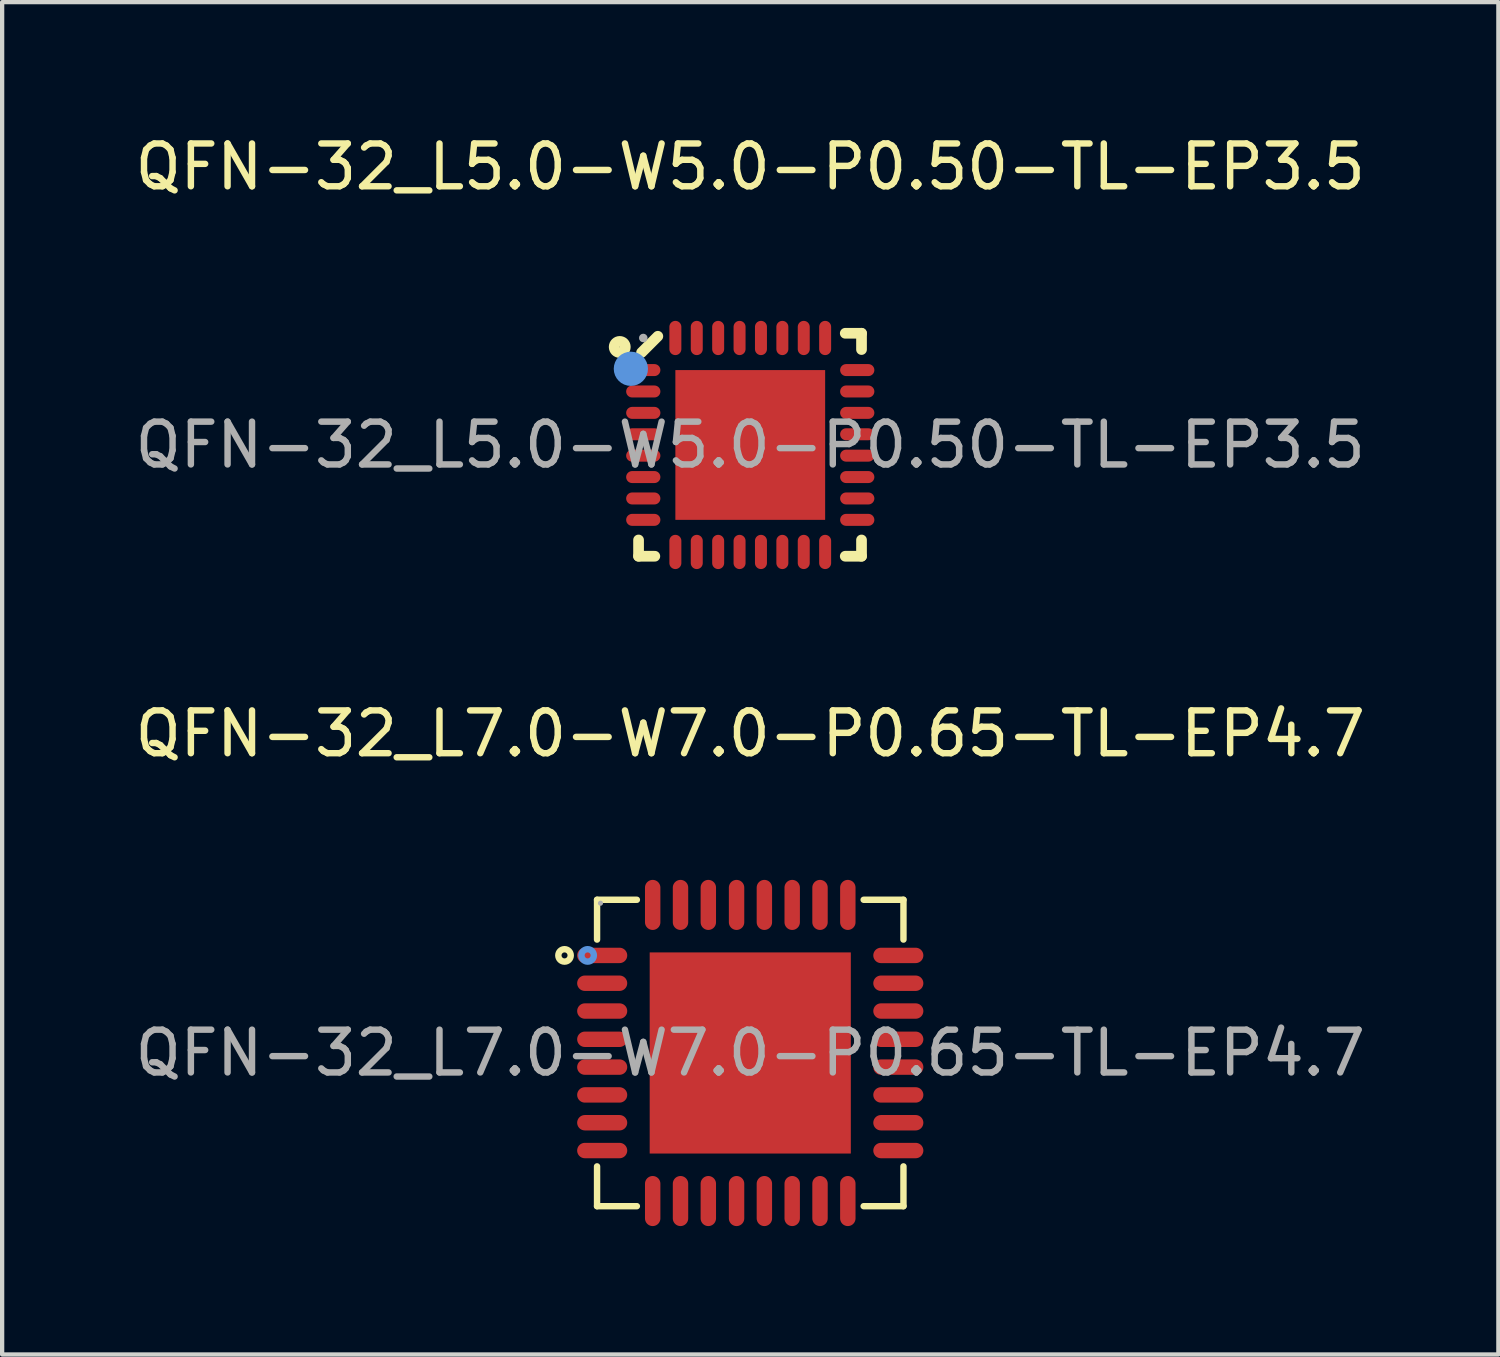
<source format=kicad_pcb>
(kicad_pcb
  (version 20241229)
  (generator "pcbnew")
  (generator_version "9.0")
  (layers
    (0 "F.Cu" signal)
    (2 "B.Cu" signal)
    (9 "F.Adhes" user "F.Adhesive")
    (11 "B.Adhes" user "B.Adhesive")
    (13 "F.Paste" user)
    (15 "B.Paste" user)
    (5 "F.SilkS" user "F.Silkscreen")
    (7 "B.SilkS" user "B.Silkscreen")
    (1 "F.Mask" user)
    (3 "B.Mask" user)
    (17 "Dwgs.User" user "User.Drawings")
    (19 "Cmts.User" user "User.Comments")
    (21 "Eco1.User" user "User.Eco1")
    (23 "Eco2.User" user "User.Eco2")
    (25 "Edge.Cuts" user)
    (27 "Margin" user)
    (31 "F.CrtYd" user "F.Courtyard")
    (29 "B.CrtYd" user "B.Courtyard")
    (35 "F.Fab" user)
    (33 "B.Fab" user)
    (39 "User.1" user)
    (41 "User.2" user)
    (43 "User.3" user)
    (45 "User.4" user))
  (footprint "QFN-32_L5.0-W5.0-P0.50-TL-EP3.5"
    (layer "F.Cu")
    (at 14.482 7.348)
    (property "Reference" "QFN-32_L5.0-W5.0-P0.50-TL-EP3.5" (at 0 -6.5 0) (layer "F.SilkS") (effects (font (size 1 1) (thickness 0.15))))
    (attr through_hole)
    (fp_line (start -2.61 2.22) (end -2.61 2.6) (stroke (width 0.25) (type solid)) (layer "F.SilkS"))
    (fp_line (start -2.61 2.6) (end -2.23 2.6) (stroke (width 0.25) (type solid)) (layer "F.SilkS"))
    (fp_line (start -2.16 -2.54) (end -2.54 -2.16) (stroke (width 0.25) (type solid)) (layer "F.SilkS"))
    (fp_line (start 2.22 2.6) (end 2.6 2.6) (stroke (width 0.25) (type solid)) (layer "F.SilkS"))
    (fp_line (start 2.6 -2.61) (end 2.22 -2.61) (stroke (width 0.25) (type solid)) (layer "F.SilkS"))
    (fp_line (start 2.6 -2.23) (end 2.6 -2.61) (stroke (width 0.25) (type solid)) (layer "F.SilkS"))
    (fp_line (start 2.6 2.6) (end 2.6 2.22) (stroke (width 0.25) (type solid)) (layer "F.SilkS"))
    (fp_circle (center -3.05 -2.29) (end -2.92 -2.29) (stroke (width 0.25) (type solid)) (fill no) (layer "F.SilkS"))
    (fp_circle (center -2.79 -1.78) (end -2.59 -1.78) (stroke (width 0.4) (type solid)) (fill no) (layer "Cmts.User"))
    (fp_circle (center -2.5 -2.5) (end -2.45 -2.5) (stroke (width 0.1) (type solid)) (fill no) (layer "F.Fab"))
    (fp_text user "${REFERENCE}" (at 0 0 0) (layer "F.Fab") (effects (font (size 1 1) (thickness 0.15))))
    (pad "1" smd oval (at -2.5 -1.75) (size 0.8 0.28) (layers "F.Cu" "F.Mask" "F.Paste"))
    (pad "2" smd oval (at -2.5 -1.25) (size 0.8 0.28) (layers "F.Cu" "F.Mask" "F.Paste"))
    (pad "3" smd oval (at -2.5 -0.75) (size 0.8 0.28) (layers "F.Cu" "F.Mask" "F.Paste"))
    (pad "4" smd oval (at -2.5 -0.25) (size 0.8 0.28) (layers "F.Cu" "F.Mask" "F.Paste"))
    (pad "5" smd oval (at -2.5 0.25) (size 0.8 0.28) (layers "F.Cu" "F.Mask" "F.Paste"))
    (pad "6" smd oval (at -2.5 0.75) (size 0.8 0.28) (layers "F.Cu" "F.Mask" "F.Paste"))
    (pad "7" smd oval (at -2.5 1.25) (size 0.8 0.28) (layers "F.Cu" "F.Mask" "F.Paste"))
    (pad "8" smd oval (at -2.5 1.75) (size 0.8 0.28) (layers "F.Cu" "F.Mask" "F.Paste"))
    (pad "9" smd oval (at -1.75 2.5) (size 0.28 0.8) (layers "F.Cu" "F.Mask" "F.Paste"))
    (pad "10" smd oval (at -1.25 2.5) (size 0.28 0.8) (layers "F.Cu" "F.Mask" "F.Paste"))
    (pad "11" smd oval (at -0.75 2.5) (size 0.28 0.8) (layers "F.Cu" "F.Mask" "F.Paste"))
    (pad "12" smd oval (at -0.25 2.5) (size 0.28 0.8) (layers "F.Cu" "F.Mask" "F.Paste"))
    (pad "13" smd oval (at 0.25 2.5) (size 0.28 0.8) (layers "F.Cu" "F.Mask" "F.Paste"))
    (pad "14" smd oval (at 0.75 2.5) (size 0.28 0.8) (layers "F.Cu" "F.Mask" "F.Paste"))
    (pad "15" smd oval (at 1.25 2.5) (size 0.28 0.8) (layers "F.Cu" "F.Mask" "F.Paste"))
    (pad "16" smd oval (at 1.75 2.5) (size 0.28 0.8) (layers "F.Cu" "F.Mask" "F.Paste"))
    (pad "17" smd oval (at 2.5 1.75) (size 0.8 0.28) (layers "F.Cu" "F.Mask" "F.Paste"))
    (pad "18" smd oval (at 2.5 1.25) (size 0.8 0.28) (layers "F.Cu" "F.Mask" "F.Paste"))
    (pad "19" smd oval (at 2.5 0.75) (size 0.8 0.28) (layers "F.Cu" "F.Mask" "F.Paste"))
    (pad "20" smd oval (at 2.5 0.25) (size 0.8 0.28) (layers "F.Cu" "F.Mask" "F.Paste"))
    (pad "21" smd oval (at 2.5 -0.25) (size 0.8 0.28) (layers "F.Cu" "F.Mask" "F.Paste"))
    (pad "22" smd oval (at 2.5 -0.75) (size 0.8 0.28) (layers "F.Cu" "F.Mask" "F.Paste"))
    (pad "23" smd oval (at 2.5 -1.25) (size 0.8 0.28) (layers "F.Cu" "F.Mask" "F.Paste"))
    (pad "24" smd oval (at 2.5 -1.75) (size 0.8 0.28) (layers "F.Cu" "F.Mask" "F.Paste"))
    (pad "25" smd oval (at 1.75 -2.5) (size 0.28 0.8) (layers "F.Cu" "F.Mask" "F.Paste"))
    (pad "26" smd oval (at 1.25 -2.5) (size 0.28 0.8) (layers "F.Cu" "F.Mask" "F.Paste"))
    (pad "27" smd oval (at 0.75 -2.5) (size 0.28 0.8) (layers "F.Cu" "F.Mask" "F.Paste"))
    (pad "28" smd oval (at 0.25 -2.5) (size 0.28 0.8) (layers "F.Cu" "F.Mask" "F.Paste"))
    (pad "29" smd oval (at -0.25 -2.5) (size 0.28 0.8) (layers "F.Cu" "F.Mask" "F.Paste"))
    (pad "30" smd oval (at -0.75 -2.5) (size 0.28 0.8) (layers "F.Cu" "F.Mask" "F.Paste"))
    (pad "31" smd oval (at -1.25 -2.5) (size 0.28 0.8) (layers "F.Cu" "F.Mask" "F.Paste"))
    (pad "32" smd oval (at -1.75 -2.5) (size 0.28 0.8) (layers "F.Cu" "F.Mask" "F.Paste"))
    (pad "33" smd rect (at 0 0) (size 3.5 3.5) (layers "F.Cu" "F.Mask" "F.Paste")))
  (footprint "QFN-32_L7.0-W7.0-P0.65-TL-EP4.7"
    (layer "F.Cu")
    (at 14.482 21.556)
    (property "Reference" "QFN-32_L7.0-W7.0-P0.65-TL-EP4.7" (at 0 -7.46 0) (layer "F.SilkS") (effects (font (size 1 1) (thickness 0.15))))
    (attr through_hole)
    (fp_line (start -3.58 -3.58) (end -3.58 -2.65) (stroke (width 0.15) (type solid)) (layer "F.SilkS"))
    (fp_line (start -3.58 3.58) (end -3.58 2.65) (stroke (width 0.15) (type solid)) (layer "F.SilkS"))
    (fp_line (start -2.65 -3.58) (end -3.58 -3.58) (stroke (width 0.15) (type solid)) (layer "F.SilkS"))
    (fp_line (start -2.65 3.58) (end -3.58 3.58) (stroke (width 0.15) (type solid)) (layer "F.SilkS"))
    (fp_line (start 2.65 -3.58) (end 3.58 -3.58) (stroke (width 0.15) (type solid)) (layer "F.SilkS"))
    (fp_line (start 2.65 3.58) (end 3.58 3.58) (stroke (width 0.15) (type solid)) (layer "F.SilkS"))
    (fp_line (start 3.58 -3.58) (end 3.58 -2.65) (stroke (width 0.15) (type solid)) (layer "F.SilkS"))
    (fp_line (start 3.58 3.58) (end 3.58 2.65) (stroke (width 0.15) (type solid)) (layer "F.SilkS"))
    (fp_circle (center -4.34 -2.28) (end -4.27 -2.28) (stroke (width 0.15) (type solid)) (fill no) (layer "F.SilkS"))
    (fp_circle (center -3.8 -2.28) (end -3.73 -2.28) (stroke (width 0.15) (type solid)) (fill no) (layer "Cmts.User"))
    (fp_circle (center -3.5 -3.5) (end -3.47 -3.5) (stroke (width 0.06) (type solid)) (fill no) (layer "F.Fab"))
    (fp_text user "${REFERENCE}" (at 0 0 0) (layer "F.Fab") (effects (font (size 1 1) (thickness 0.15))))
    (pad "1" smd oval (at -3.46 -2.28 270) (size 0.36 1.17) (layers "F.Cu" "F.Mask" "F.Paste"))
    (pad "2" smd oval (at -3.46 -1.63 270) (size 0.36 1.17) (layers "F.Cu" "F.Mask" "F.Paste"))
    (pad "3" smd oval (at -3.46 -0.98 270) (size 0.36 1.17) (layers "F.Cu" "F.Mask" "F.Paste"))
    (pad "4" smd oval (at -3.46 -0.32 270) (size 0.36 1.17) (layers "F.Cu" "F.Mask" "F.Paste"))
    (pad "5" smd oval (at -3.46 0.33 270) (size 0.36 1.17) (layers "F.Cu" "F.Mask" "F.Paste"))
    (pad "6" smd oval (at -3.46 0.98 270) (size 0.36 1.17) (layers "F.Cu" "F.Mask" "F.Paste"))
    (pad "7" smd oval (at -3.46 1.63 270) (size 0.36 1.17) (layers "F.Cu" "F.Mask" "F.Paste"))
    (pad "8" smd oval (at -3.46 2.28 270) (size 0.36 1.17) (layers "F.Cu" "F.Mask" "F.Paste"))
    (pad "9" smd oval (at -2.28 3.46 270) (size 1.17 0.36) (layers "F.Cu" "F.Mask" "F.Paste"))
    (pad "10" smd oval (at -1.63 3.46 270) (size 1.17 0.36) (layers "F.Cu" "F.Mask" "F.Paste"))
    (pad "11" smd oval (at -0.98 3.46 270) (size 1.17 0.36) (layers "F.Cu" "F.Mask" "F.Paste"))
    (pad "12" smd oval (at -0.32 3.46 270) (size 1.17 0.36) (layers "F.Cu" "F.Mask" "F.Paste"))
    (pad "13" smd oval (at 0.33 3.46 270) (size 1.17 0.36) (layers "F.Cu" "F.Mask" "F.Paste"))
    (pad "14" smd oval (at 0.98 3.46 270) (size 1.17 0.36) (layers "F.Cu" "F.Mask" "F.Paste"))
    (pad "15" smd oval (at 1.63 3.46 270) (size 1.17 0.36) (layers "F.Cu" "F.Mask" "F.Paste"))
    (pad "16" smd oval (at 2.28 3.46 270) (size 1.17 0.36) (layers "F.Cu" "F.Mask" "F.Paste"))
    (pad "17" smd oval (at 3.46 2.28 270) (size 0.36 1.17) (layers "F.Cu" "F.Mask" "F.Paste"))
    (pad "18" smd oval (at 3.46 1.63 270) (size 0.36 1.17) (layers "F.Cu" "F.Mask" "F.Paste"))
    (pad "19" smd oval (at 3.46 0.98 270) (size 0.36 1.17) (layers "F.Cu" "F.Mask" "F.Paste"))
    (pad "20" smd oval (at 3.46 0.33 270) (size 0.36 1.17) (layers "F.Cu" "F.Mask" "F.Paste"))
    (pad "21" smd oval (at 3.46 -0.32 270) (size 0.36 1.17) (layers "F.Cu" "F.Mask" "F.Paste"))
    (pad "22" smd oval (at 3.46 -0.98 270) (size 0.36 1.17) (layers "F.Cu" "F.Mask" "F.Paste"))
    (pad "23" smd oval (at 3.46 -1.63 270) (size 0.36 1.17) (layers "F.Cu" "F.Mask" "F.Paste"))
    (pad "24" smd oval (at 3.46 -2.28 270) (size 0.36 1.17) (layers "F.Cu" "F.Mask" "F.Paste"))
    (pad "25" smd oval (at 2.28 -3.46 270) (size 1.17 0.36) (layers "F.Cu" "F.Mask" "F.Paste"))
    (pad "26" smd oval (at 1.63 -3.46 270) (size 1.17 0.36) (layers "F.Cu" "F.Mask" "F.Paste"))
    (pad "27" smd oval (at 0.98 -3.46 270) (size 1.17 0.36) (layers "F.Cu" "F.Mask" "F.Paste"))
    (pad "28" smd oval (at 0.33 -3.46 270) (size 1.17 0.36) (layers "F.Cu" "F.Mask" "F.Paste"))
    (pad "29" smd oval (at -0.32 -3.46 270) (size 1.17 0.36) (layers "F.Cu" "F.Mask" "F.Paste"))
    (pad "30" smd oval (at -0.98 -3.46 270) (size 1.17 0.36) (layers "F.Cu" "F.Mask" "F.Paste"))
    (pad "31" smd oval (at -1.63 -3.46 270) (size 1.17 0.36) (layers "F.Cu" "F.Mask" "F.Paste"))
    (pad "32" smd oval (at -2.28 -3.46 270) (size 1.17 0.36) (layers "F.Cu" "F.Mask" "F.Paste"))
    (pad "33" smd rect (at 0 0) (size 4.7 4.7) (layers "F.Cu" "F.Mask" "F.Paste")))
  (gr_rect
    (start -3 -3)
    (end 31.964 28.602)
    (stroke (width 0.1) (type default))
    (fill no)
    (layer "Edge.Cuts")))
</source>
